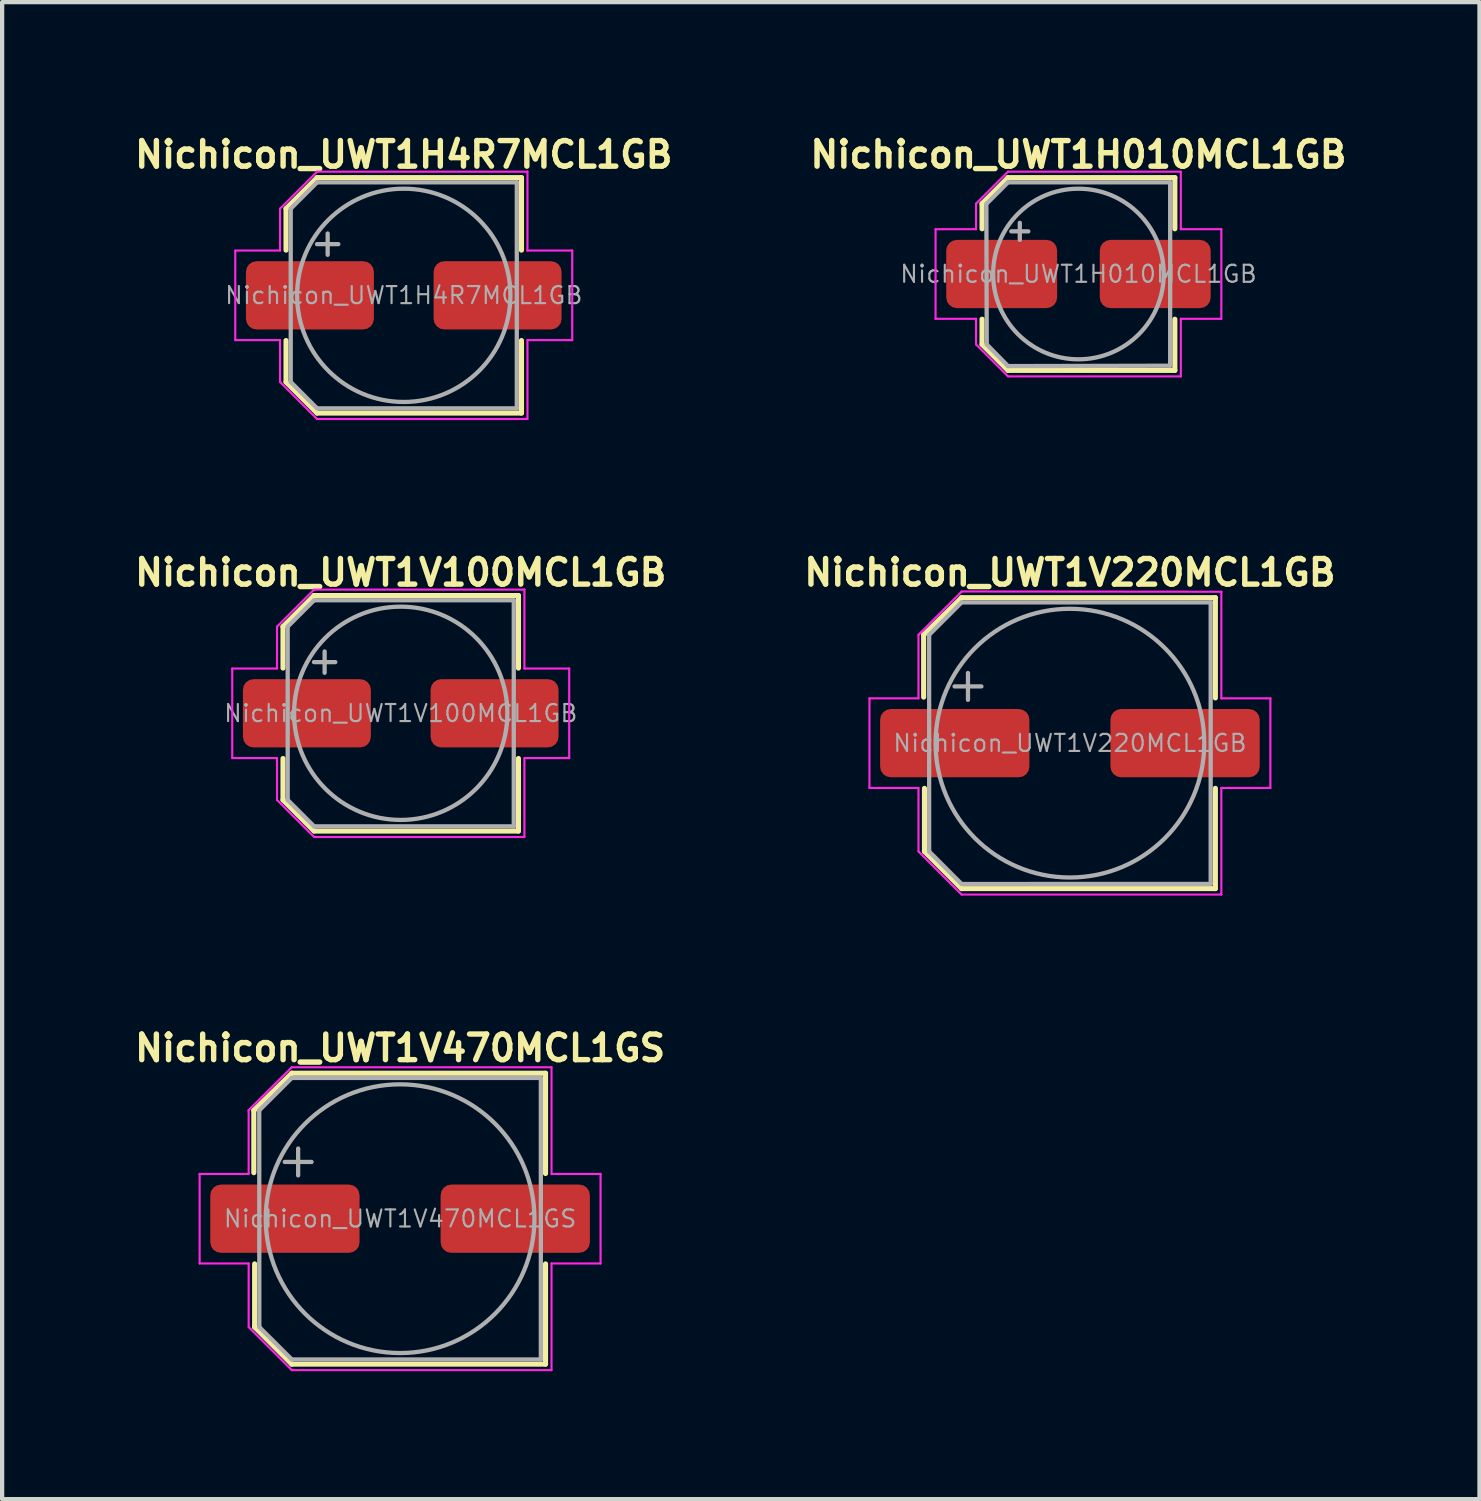
<source format=kicad_pcb>
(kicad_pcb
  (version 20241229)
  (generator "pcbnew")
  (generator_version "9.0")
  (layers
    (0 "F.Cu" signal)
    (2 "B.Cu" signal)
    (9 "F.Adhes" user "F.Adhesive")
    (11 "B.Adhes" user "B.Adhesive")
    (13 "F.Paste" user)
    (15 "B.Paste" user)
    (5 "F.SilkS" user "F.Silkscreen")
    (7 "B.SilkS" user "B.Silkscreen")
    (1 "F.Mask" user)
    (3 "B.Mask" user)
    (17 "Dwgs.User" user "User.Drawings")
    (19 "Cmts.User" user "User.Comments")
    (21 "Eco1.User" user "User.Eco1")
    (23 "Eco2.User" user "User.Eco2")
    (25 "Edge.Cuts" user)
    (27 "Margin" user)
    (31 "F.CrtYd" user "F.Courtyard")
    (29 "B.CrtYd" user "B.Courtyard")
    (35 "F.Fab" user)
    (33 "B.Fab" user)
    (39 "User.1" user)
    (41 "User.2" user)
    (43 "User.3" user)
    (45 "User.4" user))
  (footprint "Nichicon_UWT1H4R7MCL1GB"
    (layer "F.Cu")
    (at 6.416 3.874)
    (property "Reference" "Nichicon_UWT1H4R7MCL1GB" (at 0 -3.3 0) (layer "F.SilkS") (effects (font (size 0.6 0.6) (thickness 0.127))))
    (attr smd)
    (fp_line (start -2.76 -2.032) (end -2.76 -1.06) (stroke (width 0.12) (type solid)) (layer "F.SilkS"))
    (fp_line (start -2.76 -2.032) (end -2.032 -2.76) (stroke (width 0.12) (type solid)) (layer "F.SilkS"))
    (fp_line (start -2.76 2.032) (end -2.76 1.06) (stroke (width 0.12) (type solid)) (layer "F.SilkS"))
    (fp_line (start -2.76 2.032) (end -2.032 2.76) (stroke (width 0.12) (type solid)) (layer "F.SilkS"))
    (fp_line (start -2.032 -2.76) (end 2.76 -2.76) (stroke (width 0.12) (type solid)) (layer "F.SilkS"))
    (fp_line (start -2.032 2.76) (end 2.76 2.76) (stroke (width 0.12) (type solid)) (layer "F.SilkS"))
    (fp_line (start 2.76 -2.76) (end 2.76 -1.06) (stroke (width 0.12) (type solid)) (layer "F.SilkS"))
    (fp_line (start 2.76 2.76) (end 2.76 1.06) (stroke (width 0.12) (type solid)) (layer "F.SilkS"))
    (fp_line (start -3.95 -1.05) (end -3.95 1.05) (stroke (width 0.05) (type solid)) (layer "F.CrtYd"))
    (fp_line (start -3.95 1.05) (end -2.9 1.05) (stroke (width 0.05) (type solid)) (layer "F.CrtYd"))
    (fp_line (start -2.9 -2.032) (end -2.9 -1.05) (stroke (width 0.05) (type solid)) (layer "F.CrtYd"))
    (fp_line (start -2.9 -2.032) (end -2.032 -2.9) (stroke (width 0.05) (type solid)) (layer "F.CrtYd"))
    (fp_line (start -2.9 -1.05) (end -3.95 -1.05) (stroke (width 0.05) (type solid)) (layer "F.CrtYd"))
    (fp_line (start -2.9 1.05) (end -2.9 2.032) (stroke (width 0.05) (type solid)) (layer "F.CrtYd"))
    (fp_line (start -2.9 2.032) (end -2.032 2.9) (stroke (width 0.05) (type solid)) (layer "F.CrtYd"))
    (fp_line (start -2.032 -2.9) (end 2.9 -2.9) (stroke (width 0.05) (type solid)) (layer "F.CrtYd"))
    (fp_line (start -2.032 2.9) (end 2.9 2.9) (stroke (width 0.05) (type solid)) (layer "F.CrtYd"))
    (fp_line (start 2.9 -2.9) (end 2.9 -1.05) (stroke (width 0.05) (type solid)) (layer "F.CrtYd"))
    (fp_line (start 2.9 -1.05) (end 3.95 -1.05) (stroke (width 0.05) (type solid)) (layer "F.CrtYd"))
    (fp_line (start 2.9 1.05) (end 2.9 2.9) (stroke (width 0.05) (type solid)) (layer "F.CrtYd"))
    (fp_line (start 3.95 -1.05) (end 3.95 1.05) (stroke (width 0.05) (type solid)) (layer "F.CrtYd"))
    (fp_line (start 3.95 1.05) (end 2.9 1.05) (stroke (width 0.05) (type solid)) (layer "F.CrtYd"))
    (fp_line (start -2.65 -2.032) (end -2.65 2.032) (stroke (width 0.1) (type solid)) (layer "F.Fab"))
    (fp_line (start -2.65 -2.032) (end -2.032 -2.65) (stroke (width 0.1) (type solid)) (layer "F.Fab"))
    (fp_line (start -2.65 2.032) (end -2.032 2.65) (stroke (width 0.1) (type solid)) (layer "F.Fab"))
    (fp_line (start -2.034 -1.2) (end -1.534 -1.2) (stroke (width 0.1) (type solid)) (layer "F.Fab"))
    (fp_line (start -2.032 -2.65) (end 2.65 -2.65) (stroke (width 0.1) (type solid)) (layer "F.Fab"))
    (fp_line (start -2.032 2.65) (end 2.65 2.65) (stroke (width 0.1) (type solid)) (layer "F.Fab"))
    (fp_line (start -1.784 -1.45) (end -1.784 -0.95) (stroke (width 0.1) (type solid)) (layer "F.Fab"))
    (fp_line (start 2.65 -2.65) (end 2.65 2.65) (stroke (width 0.1) (type solid)) (layer "F.Fab"))
    (fp_circle (center 0 0) (end 2.5 0) (stroke (width 0.1) (type solid)) (fill no) (layer "F.Fab"))
    (fp_text user "${REFERENCE}" (at 0 0 0) (layer "F.Fab") (effects (font (size 0.4 0.4) (thickness 0.05))))
    (pad "1" smd roundrect (at -2.2 0) (size 3 1.6) (layers "F.Cu" "F.Mask" "F.Paste") (roundrect_rratio 0.156))
    (pad "2" smd roundrect (at 2.2 0) (size 3 1.6) (layers "F.Cu" "F.Mask" "F.Paste") (roundrect_rratio 0.156)))
  (footprint "Nichicon_UWT1H010MCL1GB"
    (layer "F.Cu")
    (at 22.234 3.374)
    (property "Reference" "Nichicon_UWT1H010MCL1GB" (at 0 -2.8 0) (layer "F.SilkS") (effects (font (size 0.6 0.6) (thickness 0.127))))
    (attr smd)
    (fp_line (start -2.26 -1.651) (end -2.26 -1.06) (stroke (width 0.12) (type solid)) (layer "F.SilkS"))
    (fp_line (start -2.26 -1.651) (end -1.651 -2.26) (stroke (width 0.12) (type solid)) (layer "F.SilkS"))
    (fp_line (start -2.26 1.651) (end -2.26 1.06) (stroke (width 0.12) (type solid)) (layer "F.SilkS"))
    (fp_line (start -2.26 1.651) (end -1.651 2.26) (stroke (width 0.12) (type solid)) (layer "F.SilkS"))
    (fp_line (start -1.651 -2.26) (end 2.26 -2.26) (stroke (width 0.12) (type solid)) (layer "F.SilkS"))
    (fp_line (start -1.651 2.26) (end 2.26 2.26) (stroke (width 0.12) (type solid)) (layer "F.SilkS"))
    (fp_line (start 2.26 -2.26) (end 2.26 -1.06) (stroke (width 0.12) (type solid)) (layer "F.SilkS"))
    (fp_line (start 2.26 2.26) (end 2.26 1.06) (stroke (width 0.12) (type solid)) (layer "F.SilkS"))
    (fp_line (start -3.35 -1.05) (end -3.35 1.05) (stroke (width 0.05) (type solid)) (layer "F.CrtYd"))
    (fp_line (start -3.35 1.05) (end -2.4 1.05) (stroke (width 0.05) (type solid)) (layer "F.CrtYd"))
    (fp_line (start -2.4 -1.651) (end -2.4 -1.05) (stroke (width 0.05) (type solid)) (layer "F.CrtYd"))
    (fp_line (start -2.4 -1.651) (end -1.651 -2.4) (stroke (width 0.05) (type solid)) (layer "F.CrtYd"))
    (fp_line (start -2.4 -1.05) (end -3.35 -1.05) (stroke (width 0.05) (type solid)) (layer "F.CrtYd"))
    (fp_line (start -2.4 1.05) (end -2.4 1.651) (stroke (width 0.05) (type solid)) (layer "F.CrtYd"))
    (fp_line (start -2.4 1.651) (end -1.651 2.4) (stroke (width 0.05) (type solid)) (layer "F.CrtYd"))
    (fp_line (start -1.651 -2.4) (end 2.4 -2.4) (stroke (width 0.05) (type solid)) (layer "F.CrtYd"))
    (fp_line (start -1.651 2.4) (end 2.4 2.4) (stroke (width 0.05) (type solid)) (layer "F.CrtYd"))
    (fp_line (start 2.4 -2.4) (end 2.4 -1.05) (stroke (width 0.05) (type solid)) (layer "F.CrtYd"))
    (fp_line (start 2.4 -1.05) (end 3.35 -1.05) (stroke (width 0.05) (type solid)) (layer "F.CrtYd"))
    (fp_line (start 2.4 1.05) (end 2.4 2.4) (stroke (width 0.05) (type solid)) (layer "F.CrtYd"))
    (fp_line (start 3.35 -1.05) (end 3.35 1.05) (stroke (width 0.05) (type solid)) (layer "F.CrtYd"))
    (fp_line (start 3.35 1.05) (end 2.4 1.05) (stroke (width 0.05) (type solid)) (layer "F.CrtYd"))
    (fp_line (start -2.159 -1.651) (end -2.15 1.651) (stroke (width 0.1) (type solid)) (layer "F.Fab"))
    (fp_line (start -2.15 -1.651) (end -1.651 -2.15) (stroke (width 0.1) (type solid)) (layer "F.Fab"))
    (fp_line (start -2.15 1.651) (end -1.651 2.159) (stroke (width 0.1) (type solid)) (layer "F.Fab"))
    (fp_line (start -1.651 -2.15) (end 2.15 -2.15) (stroke (width 0.1) (type solid)) (layer "F.Fab"))
    (fp_line (start -1.651 2.159) (end 2.15 2.15) (stroke (width 0.1) (type solid)) (layer "F.Fab"))
    (fp_line (start -1.575 -1) (end -1.175 -1) (stroke (width 0.1) (type solid)) (layer "F.Fab"))
    (fp_line (start -1.375 -1.2) (end -1.375 -0.8) (stroke (width 0.1) (type solid)) (layer "F.Fab"))
    (fp_line (start 2.15 -2.15) (end 2.15 2.15) (stroke (width 0.1) (type solid)) (layer "F.Fab"))
    (fp_circle (center 0 0) (end 2 0) (stroke (width 0.1) (type solid)) (fill no) (layer "F.Fab"))
    (fp_text user "${REFERENCE}" (at 0 0 0) (layer "F.Fab") (effects (font (size 0.4 0.4) (thickness 0.05))))
    (pad "1" smd roundrect (at -1.8 0) (size 2.6 1.6) (layers "F.Cu" "F.Mask" "F.Paste") (roundrect_rratio 0.156))
    (pad "2" smd roundrect (at 1.8 0) (size 2.6 1.6) (layers "F.Cu" "F.Mask" "F.Paste") (roundrect_rratio 0.156)))
  (footprint "Nichicon_UWT1V220MCL1GB"
    (layer "F.Cu")
    (at 22.034 14.373)
    (property "Reference" "Nichicon_UWT1V220MCL1GB" (at 0 -4 0) (layer "F.SilkS") (effects (font (size 0.6 0.6) (thickness 0.127))))
    (attr smd)
    (fp_line (start -3.429 -2.54) (end -3.429 -1.079) (stroke (width 0.12) (type solid)) (layer "F.SilkS"))
    (fp_line (start -3.429 -2.54) (end -2.54 -3.41) (stroke (width 0.12) (type solid)) (layer "F.SilkS"))
    (fp_line (start -3.41 2.54) (end -3.41 1.06) (stroke (width 0.12) (type solid)) (layer "F.SilkS"))
    (fp_line (start -3.41 2.54) (end -2.54 3.41) (stroke (width 0.12) (type solid)) (layer "F.SilkS"))
    (fp_line (start -2.54 -3.41) (end 3.41 -3.41) (stroke (width 0.12) (type solid)) (layer "F.SilkS"))
    (fp_line (start -2.54 3.41) (end 3.41 3.41) (stroke (width 0.12) (type solid)) (layer "F.SilkS"))
    (fp_line (start 3.41 -3.41) (end 3.41 -1.06) (stroke (width 0.12) (type solid)) (layer "F.SilkS"))
    (fp_line (start 3.41 3.41) (end 3.41 1.06) (stroke (width 0.12) (type solid)) (layer "F.SilkS"))
    (fp_line (start -4.7 -1.05) (end -4.7 1.05) (stroke (width 0.05) (type solid)) (layer "F.CrtYd"))
    (fp_line (start -4.7 1.05) (end -3.55 1.05) (stroke (width 0.05) (type solid)) (layer "F.CrtYd"))
    (fp_line (start -3.55 -2.54) (end -3.55 -1.05) (stroke (width 0.05) (type solid)) (layer "F.CrtYd"))
    (fp_line (start -3.55 -2.54) (end -2.54 -3.55) (stroke (width 0.05) (type solid)) (layer "F.CrtYd"))
    (fp_line (start -3.55 -1.05) (end -4.7 -1.05) (stroke (width 0.05) (type solid)) (layer "F.CrtYd"))
    (fp_line (start -3.55 1.05) (end -3.55 2.54) (stroke (width 0.05) (type solid)) (layer "F.CrtYd"))
    (fp_line (start -3.55 2.54) (end -2.54 3.55) (stroke (width 0.05) (type solid)) (layer "F.CrtYd"))
    (fp_line (start -2.54 -3.556) (end 3.55 -3.55) (stroke (width 0.05) (type solid)) (layer "F.CrtYd"))
    (fp_line (start -2.54 3.55) (end 3.55 3.55) (stroke (width 0.05) (type solid)) (layer "F.CrtYd"))
    (fp_line (start 3.55 -3.55) (end 3.55 -1.05) (stroke (width 0.05) (type solid)) (layer "F.CrtYd"))
    (fp_line (start 3.55 -1.05) (end 4.7 -1.05) (stroke (width 0.05) (type solid)) (layer "F.CrtYd"))
    (fp_line (start 3.55 1.05) (end 3.55 3.55) (stroke (width 0.05) (type solid)) (layer "F.CrtYd"))
    (fp_line (start 4.7 -1.05) (end 4.7 1.05) (stroke (width 0.05) (type solid)) (layer "F.CrtYd"))
    (fp_line (start 4.7 1.05) (end 3.55 1.05) (stroke (width 0.05) (type solid)) (layer "F.CrtYd"))
    (fp_line (start -3.3 -2.54) (end -3.3 2.54) (stroke (width 0.1) (type solid)) (layer "F.Fab"))
    (fp_line (start -3.3 -2.54) (end -2.54 -3.3) (stroke (width 0.1) (type solid)) (layer "F.Fab"))
    (fp_line (start -3.3 2.54) (end -2.54 3.302) (stroke (width 0.1) (type solid)) (layer "F.Fab"))
    (fp_line (start -2.705 -1.33) (end -2.075 -1.33) (stroke (width 0.1) (type solid)) (layer "F.Fab"))
    (fp_line (start -2.54 -3.3) (end 3.3 -3.3) (stroke (width 0.1) (type solid)) (layer "F.Fab"))
    (fp_line (start -2.54 3.302) (end 3.3 3.3) (stroke (width 0.1) (type solid)) (layer "F.Fab"))
    (fp_line (start -2.39 -1.645) (end -2.39 -1.015) (stroke (width 0.1) (type solid)) (layer "F.Fab"))
    (fp_line (start 3.3 -3.3) (end 3.3 3.3) (stroke (width 0.1) (type solid)) (layer "F.Fab"))
    (fp_circle (center 0 0) (end 3.15 0) (stroke (width 0.1) (type solid)) (fill no) (layer "F.Fab"))
    (fp_text user "${REFERENCE}" (at 0 0 0) (layer "F.Fab") (effects (font (size 0.4 0.4) (thickness 0.05))))
    (pad "1" smd roundrect (at -2.7 0) (size 3.5 1.6) (layers "F.Cu" "F.Mask" "F.Paste") (roundrect_rratio 0.156))
    (pad "2" smd roundrect (at 2.7 0) (size 3.5 1.6) (layers "F.Cu" "F.Mask" "F.Paste") (roundrect_rratio 0.156)))
  (footprint "Nichicon_UWT1V100MCL1GB"
    (layer "F.Cu")
    (at 6.345 13.673)
    (property "Reference" "Nichicon_UWT1V100MCL1GB" (at 0 -3.3 0) (layer "F.SilkS") (effects (font (size 0.6 0.6) (thickness 0.127))))
    (attr smd)
    (fp_line (start -2.76 -2.032) (end -2.76 -1.06) (stroke (width 0.12) (type solid)) (layer "F.SilkS"))
    (fp_line (start -2.76 -2.032) (end -2.032 -2.76) (stroke (width 0.12) (type solid)) (layer "F.SilkS"))
    (fp_line (start -2.76 2.032) (end -2.76 1.06) (stroke (width 0.12) (type solid)) (layer "F.SilkS"))
    (fp_line (start -2.76 2.032) (end -2.032 2.76) (stroke (width 0.12) (type solid)) (layer "F.SilkS"))
    (fp_line (start -2.032 -2.76) (end 2.76 -2.76) (stroke (width 0.12) (type solid)) (layer "F.SilkS"))
    (fp_line (start -2.032 2.76) (end 2.76 2.76) (stroke (width 0.12) (type solid)) (layer "F.SilkS"))
    (fp_line (start 2.76 -2.76) (end 2.76 -1.06) (stroke (width 0.12) (type solid)) (layer "F.SilkS"))
    (fp_line (start 2.76 2.76) (end 2.76 1.06) (stroke (width 0.12) (type solid)) (layer "F.SilkS"))
    (fp_line (start -3.95 -1.05) (end -3.95 1.05) (stroke (width 0.05) (type solid)) (layer "F.CrtYd"))
    (fp_line (start -3.95 1.05) (end -2.9 1.05) (stroke (width 0.05) (type solid)) (layer "F.CrtYd"))
    (fp_line (start -2.9 -2.032) (end -2.9 -1.05) (stroke (width 0.05) (type solid)) (layer "F.CrtYd"))
    (fp_line (start -2.9 -2.032) (end -2.032 -2.9) (stroke (width 0.05) (type solid)) (layer "F.CrtYd"))
    (fp_line (start -2.9 -1.05) (end -3.95 -1.05) (stroke (width 0.05) (type solid)) (layer "F.CrtYd"))
    (fp_line (start -2.9 1.05) (end -2.9 2.032) (stroke (width 0.05) (type solid)) (layer "F.CrtYd"))
    (fp_line (start -2.9 2.032) (end -2.032 2.9) (stroke (width 0.05) (type solid)) (layer "F.CrtYd"))
    (fp_line (start -2.032 -2.9) (end 2.9 -2.9) (stroke (width 0.05) (type solid)) (layer "F.CrtYd"))
    (fp_line (start -2.032 2.9) (end 2.9 2.9) (stroke (width 0.05) (type solid)) (layer "F.CrtYd"))
    (fp_line (start 2.9 -2.9) (end 2.9 -1.05) (stroke (width 0.05) (type solid)) (layer "F.CrtYd"))
    (fp_line (start 2.9 -1.05) (end 3.95 -1.05) (stroke (width 0.05) (type solid)) (layer "F.CrtYd"))
    (fp_line (start 2.9 1.05) (end 2.9 2.9) (stroke (width 0.05) (type solid)) (layer "F.CrtYd"))
    (fp_line (start 3.95 -1.05) (end 3.95 1.05) (stroke (width 0.05) (type solid)) (layer "F.CrtYd"))
    (fp_line (start 3.95 1.05) (end 2.9 1.05) (stroke (width 0.05) (type solid)) (layer "F.CrtYd"))
    (fp_line (start -2.65 -2.032) (end -2.65 2.032) (stroke (width 0.1) (type solid)) (layer "F.Fab"))
    (fp_line (start -2.65 -2.032) (end -2.032 -2.65) (stroke (width 0.1) (type solid)) (layer "F.Fab"))
    (fp_line (start -2.65 2.032) (end -2.032 2.65) (stroke (width 0.1) (type solid)) (layer "F.Fab"))
    (fp_line (start -2.034 -1.2) (end -1.534 -1.2) (stroke (width 0.1) (type solid)) (layer "F.Fab"))
    (fp_line (start -2.032 -2.65) (end 2.65 -2.65) (stroke (width 0.1) (type solid)) (layer "F.Fab"))
    (fp_line (start -2.032 2.65) (end 2.65 2.65) (stroke (width 0.1) (type solid)) (layer "F.Fab"))
    (fp_line (start -1.784 -1.45) (end -1.784 -0.95) (stroke (width 0.1) (type solid)) (layer "F.Fab"))
    (fp_line (start 2.65 -2.65) (end 2.65 2.65) (stroke (width 0.1) (type solid)) (layer "F.Fab"))
    (fp_circle (center 0 0) (end 2.5 0) (stroke (width 0.1) (type solid)) (fill no) (layer "F.Fab"))
    (fp_text user "${REFERENCE}" (at 0 0 0) (layer "F.Fab") (effects (font (size 0.4 0.4) (thickness 0.05))))
    (pad "1" smd roundrect (at -2.2 0) (size 3 1.6) (layers "F.Cu" "F.Mask" "F.Paste") (roundrect_rratio 0.156))
    (pad "2" smd roundrect (at 2.2 0) (size 3 1.6) (layers "F.Cu" "F.Mask" "F.Paste") (roundrect_rratio 0.156)))
  (footprint "Nichicon_UWT1V470MCL1GS"
    (layer "F.Cu")
    (at 6.33 25.522)
    (property "Reference" "Nichicon_UWT1V470MCL1GS" (at 0 -4 0) (layer "F.SilkS") (effects (font (size 0.6 0.6) (thickness 0.127))))
    (attr smd)
    (fp_line (start -3.429 -2.54) (end -3.429 -1.079) (stroke (width 0.12) (type solid)) (layer "F.SilkS"))
    (fp_line (start -3.429 -2.54) (end -2.54 -3.41) (stroke (width 0.12) (type solid)) (layer "F.SilkS"))
    (fp_line (start -3.41 2.54) (end -3.41 1.06) (stroke (width 0.12) (type solid)) (layer "F.SilkS"))
    (fp_line (start -3.41 2.54) (end -2.54 3.41) (stroke (width 0.12) (type solid)) (layer "F.SilkS"))
    (fp_line (start -2.54 -3.41) (end 3.41 -3.41) (stroke (width 0.12) (type solid)) (layer "F.SilkS"))
    (fp_line (start -2.54 3.41) (end 3.41 3.41) (stroke (width 0.12) (type solid)) (layer "F.SilkS"))
    (fp_line (start 3.41 -3.41) (end 3.41 -1.06) (stroke (width 0.12) (type solid)) (layer "F.SilkS"))
    (fp_line (start 3.41 3.41) (end 3.41 1.06) (stroke (width 0.12) (type solid)) (layer "F.SilkS"))
    (fp_line (start -4.7 -1.05) (end -4.7 1.05) (stroke (width 0.05) (type solid)) (layer "F.CrtYd"))
    (fp_line (start -4.7 1.05) (end -3.55 1.05) (stroke (width 0.05) (type solid)) (layer "F.CrtYd"))
    (fp_line (start -3.556 -2.54) (end -2.54 -3.55) (stroke (width 0.05) (type solid)) (layer "F.CrtYd"))
    (fp_line (start -3.55 -2.54) (end -3.55 -1.05) (stroke (width 0.05) (type solid)) (layer "F.CrtYd"))
    (fp_line (start -3.55 -1.05) (end -4.7 -1.05) (stroke (width 0.05) (type solid)) (layer "F.CrtYd"))
    (fp_line (start -3.55 1.05) (end -3.55 2.54) (stroke (width 0.05) (type solid)) (layer "F.CrtYd"))
    (fp_line (start -3.55 2.54) (end -2.54 3.55) (stroke (width 0.05) (type solid)) (layer "F.CrtYd"))
    (fp_line (start -2.54 -3.55) (end 3.55 -3.55) (stroke (width 0.05) (type solid)) (layer "F.CrtYd"))
    (fp_line (start -2.54 3.55) (end 3.55 3.55) (stroke (width 0.05) (type solid)) (layer "F.CrtYd"))
    (fp_line (start 3.55 -3.55) (end 3.55 -1.05) (stroke (width 0.05) (type solid)) (layer "F.CrtYd"))
    (fp_line (start 3.55 -1.05) (end 4.7 -1.05) (stroke (width 0.05) (type solid)) (layer "F.CrtYd"))
    (fp_line (start 3.55 1.05) (end 3.55 3.55) (stroke (width 0.05) (type solid)) (layer "F.CrtYd"))
    (fp_line (start 4.7 -1.05) (end 4.7 1.05) (stroke (width 0.05) (type solid)) (layer "F.CrtYd"))
    (fp_line (start 4.7 1.05) (end 3.55 1.05) (stroke (width 0.05) (type solid)) (layer "F.CrtYd"))
    (fp_line (start -3.302 -2.54) (end -3.3 2.54) (stroke (width 0.1) (type solid)) (layer "F.Fab"))
    (fp_line (start -3.302 -2.54) (end -2.54 -3.3) (stroke (width 0.1) (type solid)) (layer "F.Fab"))
    (fp_line (start -3.302 2.54) (end -2.54 3.3) (stroke (width 0.1) (type solid)) (layer "F.Fab"))
    (fp_line (start -2.705 -1.33) (end -2.075 -1.33) (stroke (width 0.1) (type solid)) (layer "F.Fab"))
    (fp_line (start -2.54 -3.3) (end 3.3 -3.3) (stroke (width 0.1) (type solid)) (layer "F.Fab"))
    (fp_line (start -2.54 3.3) (end 3.3 3.3) (stroke (width 0.1) (type solid)) (layer "F.Fab"))
    (fp_line (start -2.39 -1.645) (end -2.39 -1.015) (stroke (width 0.1) (type solid)) (layer "F.Fab"))
    (fp_line (start 3.3 -3.3) (end 3.3 3.3) (stroke (width 0.1) (type solid)) (layer "F.Fab"))
    (fp_circle (center 0 0) (end 3.15 0) (stroke (width 0.1) (type solid)) (fill no) (layer "F.Fab"))
    (fp_text user "${REFERENCE}" (at 0 0 0) (layer "F.Fab") (effects (font (size 0.4 0.4) (thickness 0.05))))
    (pad "1" smd roundrect (at -2.7 0) (size 3.5 1.6) (layers "F.Cu" "F.Mask" "F.Paste") (roundrect_rratio 0.156))
    (pad "2" smd roundrect (at 2.7 0) (size 3.5 1.6) (layers "F.Cu" "F.Mask" "F.Paste") (roundrect_rratio 0.156)))
  (gr_rect
    (start -3 -3)
    (end 31.636 32.097)
    (stroke (width 0.1) (type default))
    (fill no)
    (layer "Edge.Cuts")))
</source>
